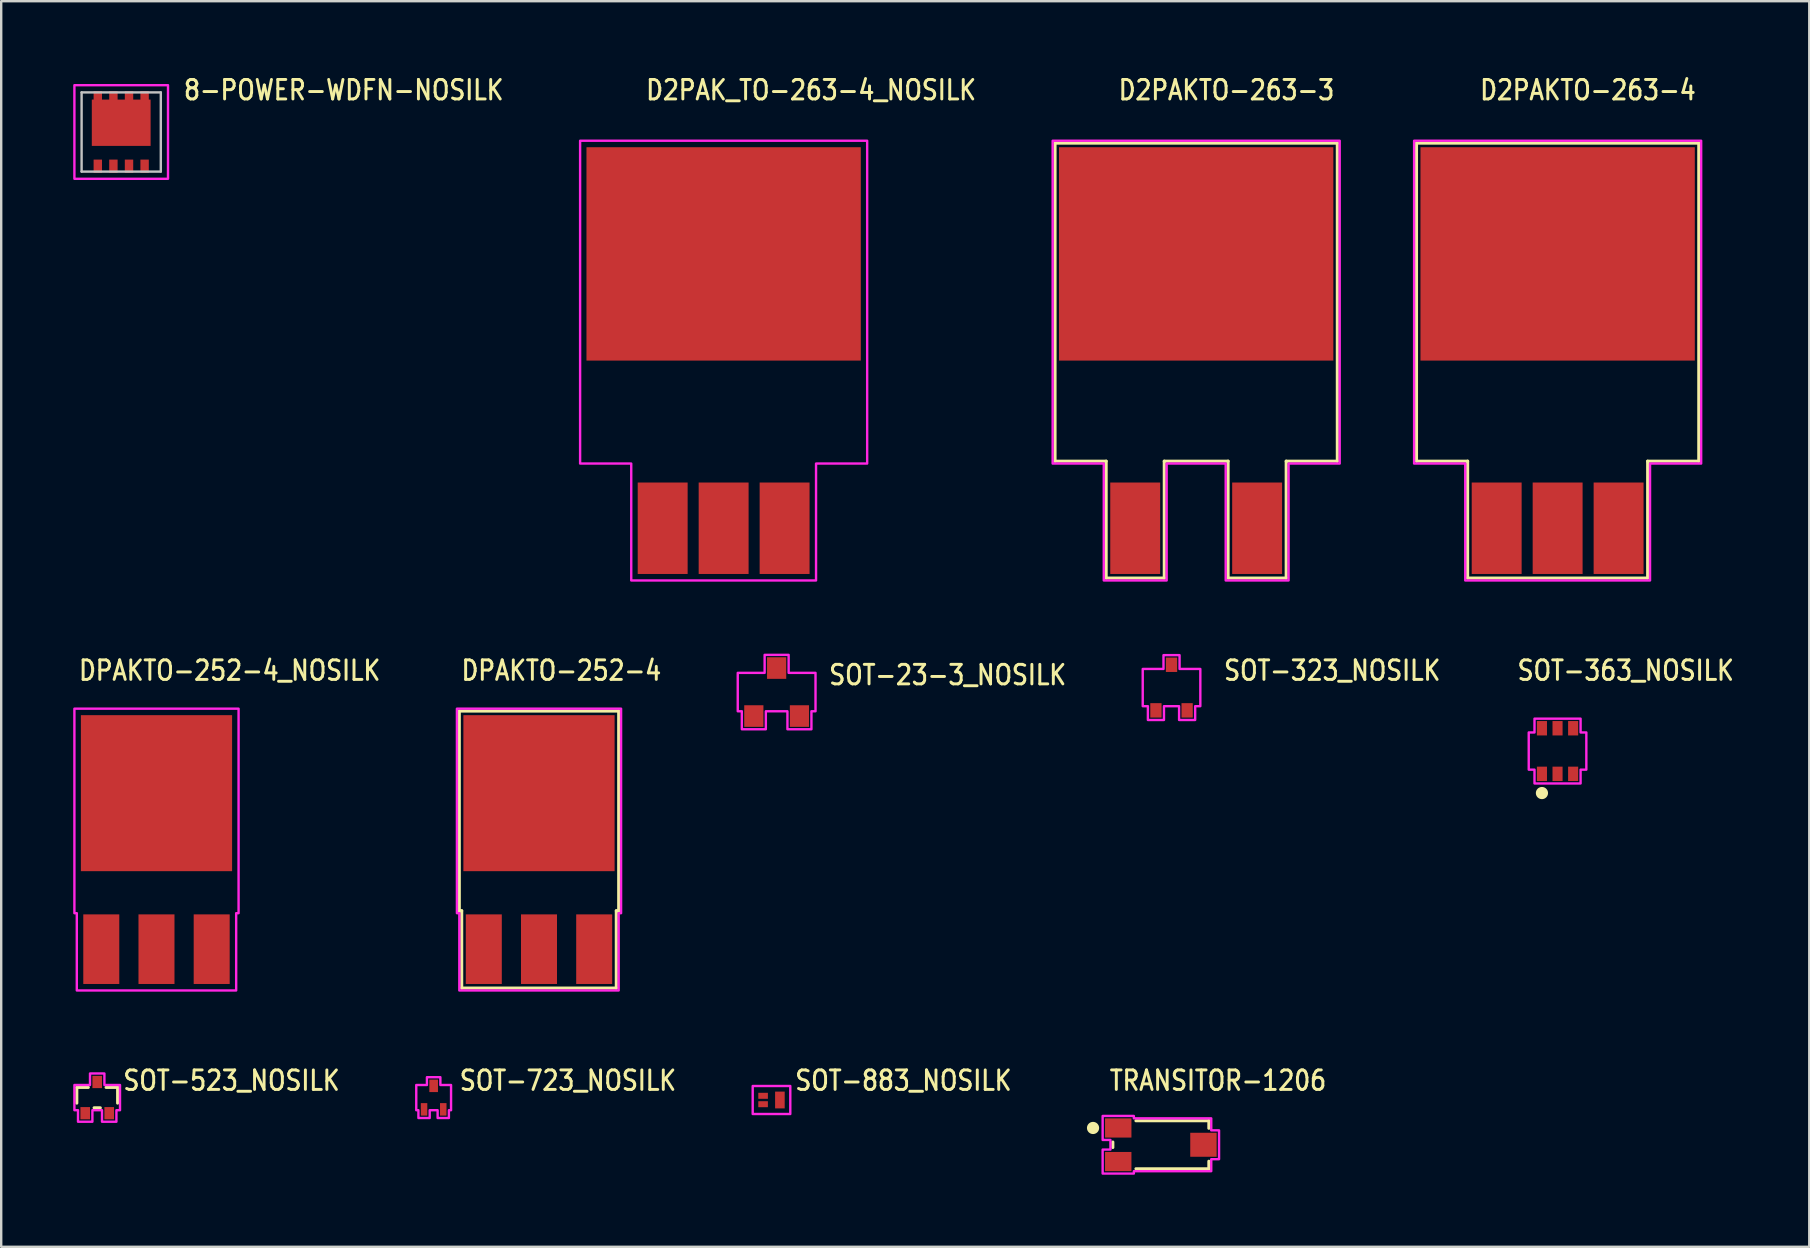
<source format=kicad_pcb>
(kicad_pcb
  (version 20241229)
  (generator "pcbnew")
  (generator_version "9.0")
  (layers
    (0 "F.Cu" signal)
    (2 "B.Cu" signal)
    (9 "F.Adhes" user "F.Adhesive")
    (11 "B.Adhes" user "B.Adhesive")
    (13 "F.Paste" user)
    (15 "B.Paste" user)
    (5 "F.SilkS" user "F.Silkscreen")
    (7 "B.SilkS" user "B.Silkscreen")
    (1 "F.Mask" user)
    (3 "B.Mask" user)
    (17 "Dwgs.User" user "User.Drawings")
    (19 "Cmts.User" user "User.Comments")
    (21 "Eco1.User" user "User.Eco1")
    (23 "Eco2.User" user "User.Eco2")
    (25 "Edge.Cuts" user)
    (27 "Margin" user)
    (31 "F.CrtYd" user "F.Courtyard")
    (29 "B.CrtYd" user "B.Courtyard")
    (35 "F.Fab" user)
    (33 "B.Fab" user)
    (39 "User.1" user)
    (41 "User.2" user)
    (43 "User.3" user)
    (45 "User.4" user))
  (footprint "SOT-723_NOSILK"
    (layer "F.Cu")
    (at 15.018 42.681)
    (property "Reference" "SOT-723_NOSILK" (at 1.015 -0.235 0) (unlocked yes) (layer "F.SilkS") (effects (font (size 0.813 0.695) (thickness 0.122)) (justify left bottom)))
    (fp_poly (pts (xy -0.28 -0.525) (xy -0.28 -0.85) (xy 0.28 -0.85) (xy 0.28 -0.525) (xy 0.725 -0.525) (xy 0.725 0.525) (xy 0.635 0.525) (xy 0.635 0.85) (xy 0.165 0.85) (xy 0.165 0.525) (xy -0.165 0.525) (xy -0.165 0.85) (xy -0.635 0.85) (xy -0.635 0.525) (xy -0.725 0.525) (xy -0.725 -0.525)) (stroke (width 0.1) (type solid)) (fill no) (layer "F.CrtYd"))
    (pad "1" smd rect (at -0.4 0.49) (size 0.27 0.52) (layers "F.Cu" "F.Mask" "F.Paste"))
    (pad "2" smd rect (at 0.4 0.49) (size 0.27 0.52) (layers "F.Cu" "F.Mask" "F.Paste"))
    (pad "3" smd rect (at 0 -0.49) (size 0.36 0.52) (layers "F.Cu" "F.Mask" "F.Paste")))
  (footprint "D2PAKTO-263-4"
    (layer "F.Cu")
    (at 61.848 11.974)
    (property "Reference" "D2PAKTO-263-4" (at -3.302 -10.795 0) (unlocked yes) (layer "F.SilkS") (effects (font (size 0.813 0.695) (thickness 0.122)) (justify left bottom)))
    (fp_line (start -5.88 -9.06) (end 5.88 -9.06) (stroke (width 0.127) (type solid)) (layer "F.SilkS"))
    (fp_line (start -5.88 4.19) (end -5.88 -9.06) (stroke (width 0.127) (type solid)) (layer "F.SilkS"))
    (fp_line (start -3.75 4.19) (end -5.88 4.19) (stroke (width 0.127) (type solid)) (layer "F.SilkS"))
    (fp_line (start -3.75 9.06) (end -3.75 4.19) (stroke (width 0.127) (type solid)) (layer "F.SilkS"))
    (fp_line (start 3.75 4.19) (end 3.75 9.06) (stroke (width 0.127) (type solid)) (layer "F.SilkS"))
    (fp_line (start 3.75 9.06) (end -3.75 9.06) (stroke (width 0.127) (type solid)) (layer "F.SilkS"))
    (fp_line (start 5.88 -9.06) (end 5.88 4.19) (stroke (width 0.127) (type solid)) (layer "F.SilkS"))
    (fp_line (start 5.88 4.19) (end 3.75 4.19) (stroke (width 0.127) (type solid)) (layer "F.SilkS"))
    (fp_poly (pts (xy -5.98 -9.16) (xy 5.98 -9.16) (xy 5.98 4.29) (xy 3.85 4.29) (xy 3.85 9.16) (xy -3.85 9.16) (xy -3.85 4.29) (xy -5.98 4.29)) (stroke (width 0.1) (type solid)) (fill no) (layer "F.CrtYd"))
    (pad "P$1" smd rect (at -2.54 6.985) (size 2.08 3.81) (layers "F.Cu" "F.Mask" "F.Paste"))
    (pad "P$2" smd rect (at 0 6.985) (size 2.08 3.81) (layers "F.Cu" "F.Mask" "F.Paste"))
    (pad "P$3" smd rect (at 2.54 6.985) (size 2.08 3.81) (layers "F.Cu" "F.Mask" "F.Paste"))
    (pad "P$4" smd rect (at 0 -4.445) (size 11.43 8.89) (layers "F.Cu" "F.Mask" "F.Paste")))
  (footprint "8-POWER-WDFN-NOSILK"
    (layer "F.Cu")
    (at 2 2.449)
    (property "Reference" "8-POWER-WDFN-NOSILK" (at 2.54 -1.27 0) (unlocked yes) (layer "F.SilkS") (effects (font (size 0.813 0.695) (thickness 0.122)) (justify left bottom)))
    (fp_rect (start -0.75 0.25) (end 0.75 -0.75) (stroke (width 0.01) (type solid)) (fill yes) (layer "F.Paste"))
    (fp_line (start -1.65 -1.65) (end 1.65 -1.65) (stroke (width 0.1) (type solid)) (layer "Dwgs.User"))
    (fp_line (start -1.65 1.65) (end -1.65 -1.65) (stroke (width 0.1) (type solid)) (layer "Dwgs.User"))
    (fp_line (start 1.65 -1.65) (end 1.65 1.65) (stroke (width 0.1) (type solid)) (layer "Dwgs.User"))
    (fp_line (start 1.65 1.65) (end -1.65 1.65) (stroke (width 0.1) (type solid)) (layer "Dwgs.User"))
    (fp_poly (pts (xy -1.95 -1.95) (xy 1.95 -1.95) (xy 1.95 1.95) (xy -1.95 1.95)) (stroke (width 0.1) (type solid)) (fill no) (layer "F.CrtYd"))
    (pad "1" smd rect (at -0.975 1.425) (size 0.35 0.55) (layers "F.Cu" "F.Mask" "F.Paste"))
    (pad "2" smd rect (at -0.325 1.425) (size 0.35 0.55) (layers "F.Cu" "F.Mask" "F.Paste"))
    (pad "3" smd rect (at 0.325 1.425) (size 0.35 0.55) (layers "F.Cu" "F.Mask" "F.Paste"))
    (pad "4" smd rect (at 0.975 1.425) (size 0.35 0.55) (layers "F.Cu" "F.Mask" "F.Paste"))
    (pad "5" smd rect (at 0.975 -1.425) (size 0.35 0.55) (layers "F.Cu" "F.Mask" "F.Paste"))
    (pad "6" smd rect (at 0.325 -1.425) (size 0.35 0.55) (layers "F.Cu" "F.Mask" "F.Paste"))
    (pad "7" smd rect (at -0.325 -1.425) (size 0.35 0.55) (layers "F.Cu" "F.Mask" "F.Paste"))
    (pad "8" smd rect (at -0.975 -1.425) (size 0.35 0.55) (layers "F.Cu" "F.Mask" "F.Paste"))
    (pad "TAB" smd rect (at 0 -0.385) (size 2.45 1.93) (layers "F.Cu" "F.Mask")))
  (footprint "SOT-363_NOSILK"
    (layer "F.Cu")
    (at 61.844 28.242)
    (property "Reference" "SOT-363_NOSILK" (at -1.74 -2.88 0) (unlocked yes) (layer "F.SilkS") (effects (font (size 0.813 0.695) (thickness 0.122)) (justify left bottom)))
    (fp_circle (center -0.65 1.75) (end -0.396 1.75) (stroke (width 0) (type solid)) (fill yes) (layer "F.SilkS"))
    (fp_poly (pts (xy 0.96 -0.775) (xy 0.96 -1.35) (xy -0.96 -1.35) (xy -0.96 -0.775) (xy -1.2 -0.775) (xy -1.2 0.775) (xy -0.96 0.775) (xy -0.96 1.35) (xy 0.96 1.35) (xy 0.96 0.775) (xy 1.2 0.775) (xy 1.2 -0.775)) (stroke (width 0.1) (type solid)) (fill no) (layer "F.CrtYd"))
    (pad "1" smd rect (at -0.65 0.95) (size 0.42 0.6) (layers "F.Cu" "F.Mask" "F.Paste"))
    (pad "2" smd rect (at 0 0.95) (size 0.42 0.6) (layers "F.Cu" "F.Mask" "F.Paste"))
    (pad "3" smd rect (at 0.65 0.95) (size 0.42 0.6) (layers "F.Cu" "F.Mask" "F.Paste"))
    (pad "4" smd rect (at 0.65 -0.95) (size 0.42 0.6) (layers "F.Cu" "F.Mask" "F.Paste"))
    (pad "5" smd rect (at 0 -0.95) (size 0.42 0.6) (layers "F.Cu" "F.Mask" "F.Paste"))
    (pad "6" smd rect (at -0.65 -0.95) (size 0.42 0.6) (layers "F.Cu" "F.Mask" "F.Paste")))
  (footprint "SOT-523_NOSILK"
    (layer "F.Cu")
    (at 1 42.681)
    (property "Reference" "SOT-523_NOSILK" (at 1.015 -0.235 0) (unlocked yes) (layer "F.SilkS") (effects (font (size 0.813 0.695) (thickness 0.122)) (justify left bottom)))
    (fp_line (start -0.85 -0.425) (end -0.85 0.23) (stroke (width 0.127) (type solid)) (layer "F.SilkS"))
    (fp_line (start -0.37 -0.425) (end -0.85 -0.425) (stroke (width 0.127) (type solid)) (layer "F.SilkS"))
    (fp_line (start -0.13 0.425) (end 0.13 0.425) (stroke (width 0.127) (type solid)) (layer "F.SilkS"))
    (fp_line (start 0.37 -0.425) (end 0.85 -0.425) (stroke (width 0.127) (type solid)) (layer "F.SilkS"))
    (fp_line (start 0.85 -0.425) (end 0.85 0.23) (stroke (width 0.127) (type solid)) (layer "F.SilkS"))
    (fp_poly (pts (xy -0.3 -0.525) (xy -0.3 -1.005) (xy 0.3 -1.005) (xy 0.3 -0.525) (xy 0.95 -0.525) (xy 0.95 0.525) (xy 0.8 0.525) (xy 0.8 1.005) (xy 0.2 1.005) (xy 0.2 0.525) (xy -0.2 0.525) (xy -0.2 1.005) (xy -0.8 1.005) (xy -0.8 0.525) (xy -0.95 0.525) (xy -0.95 -0.525)) (stroke (width 0.1) (type solid)) (fill no) (layer "F.CrtYd"))
    (pad "P$1" smd rect (at -0.5 0.65) (size 0.4 0.51) (layers "F.Cu" "F.Mask" "F.Paste"))
    (pad "P$2" smd rect (at 0.5 0.65) (size 0.4 0.51) (layers "F.Cu" "F.Mask" "F.Paste"))
    (pad "P$3" smd rect (at 0 -0.65) (size 0.4 0.51) (layers "F.Cu" "F.Mask" "F.Paste")))
  (footprint "TRANSITOR-1206"
    (layer "F.Cu")
    (at 45.316 44.646)
    (property "Reference" "TRANSITOR-1206" (at -2.2 -2.2 0) (unlocked yes) (layer "F.SilkS") (effects (font (size 0.813 0.695) (thickness 0.122)) (justify left bottom)))
    (fp_line (start -2 0.114) (end -2 -0.114) (stroke (width 0.127) (type solid)) (layer "F.SilkS"))
    (fp_line (start -1.038 -1) (end 2 -1) (stroke (width 0.127) (type solid)) (layer "F.SilkS"))
    (fp_line (start 2 -1) (end 2 -0.686) (stroke (width 0.127) (type solid)) (layer "F.SilkS"))
    (fp_line (start 2 0.686) (end 2 1) (stroke (width 0.127) (type solid)) (layer "F.SilkS"))
    (fp_line (start 2 1) (end -1.038 1) (stroke (width 0.127) (type solid)) (layer "F.SilkS"))
    (fp_circle (center -2.825 -0.7) (end -2.571 -0.7) (stroke (width 0) (type solid)) (fill yes) (layer "F.SilkS"))
    (fp_poly (pts (xy -2.425 -0.2) (xy -2.425 -1.2) (xy -1.125 -1.2) (xy -1.125 -1.1) (xy 2.1 -1.1) (xy 2.1 -0.6) (xy 2.425 -0.6) (xy 2.425 0.6) (xy 2.1 0.6) (xy 2.1 1.1) (xy -1.125 1.1) (xy -1.125 1.2) (xy -2.425 1.2) (xy -2.425 0.2) (xy -2.1 0.2) (xy -2.1 -0.2)) (stroke (width 0.1) (type solid)) (fill no) (layer "F.CrtYd"))
    (pad "1" smd rect (at -1.775 -0.7) (size 1.1 0.8) (layers "F.Cu" "F.Mask" "F.Paste"))
    (pad "2" smd rect (at -1.775 0.7) (size 1.1 0.8) (layers "F.Cu" "F.Mask" "F.Paste"))
    (pad "3" smd rect (at 1.775 0) (size 1.1 1) (layers "F.Cu" "F.Mask" "F.Paste")))
  (footprint "SOT-883_NOSILK"
    (layer "F.Cu")
    (at 29.094 42.781)
    (property "Reference" "SOT-883_NOSILK" (at 0.915 -0.335 0) (unlocked yes) (layer "F.SilkS") (effects (font (size 0.813 0.695) (thickness 0.122)) (justify left bottom)))
    (fp_poly (pts (xy 0.783 -0.584) (xy 0.783 0.584) (xy -0.783 0.584) (xy -0.783 -0.584)) (stroke (width 0.1) (type solid)) (fill no) (layer "F.CrtYd"))
    (pad "1" smd rect (at -0.35 -0.175) (size 0.4 0.25) (layers "F.Cu" "F.Mask" "F.Paste"))
    (pad "2" smd rect (at -0.35 0.175) (size 0.4 0.25) (layers "F.Cu" "F.Mask" "F.Paste"))
    (pad "3" smd rect (at 0.35 0) (size 0.4 0.7) (layers "F.Cu" "F.Mask" "F.Paste")))
  (footprint "SOT-323_NOSILK"
    (layer "F.Cu")
    (at 45.761 25.597)
    (property "Reference" "SOT-323_NOSILK" (at 2.115 -0.235 0) (unlocked yes) (layer "F.SilkS") (effects (font (size 0.813 0.695) (thickness 0.122)) (justify left bottom)))
    (fp_poly (pts (xy -0.335 -0.775) (xy -0.335 -1.35) (xy 0.335 -1.35) (xy 0.335 -0.775) (xy 1.2 -0.775) (xy 1.2 0.775) (xy 0.985 0.775) (xy 0.985 1.35) (xy 0.315 1.35) (xy 0.315 0.775) (xy -0.315 0.775) (xy -0.315 1.35) (xy -0.985 1.35) (xy -0.985 0.775) (xy -1.2 0.775) (xy -1.2 -0.775)) (stroke (width 0.1) (type solid)) (fill no) (layer "F.CrtYd"))
    (pad "1" smd rect (at -0.65 0.95) (size 0.47 0.6) (layers "F.Cu" "F.Mask" "F.Paste"))
    (pad "2" smd rect (at 0.65 0.95) (size 0.47 0.6) (layers "F.Cu" "F.Mask" "F.Paste"))
    (pad "3" smd rect (at 0 -0.95) (size 0.47 0.6) (layers "F.Cu" "F.Mask" "F.Paste")))
  (footprint "SOT-23-3_NOSILK"
    (layer "F.Cu")
    (at 29.308 25.784)
    (property "Reference" "SOT-23-3_NOSILK" (at 2.115 -0.235 0) (unlocked yes) (layer "F.SilkS") (effects (font (size 0.813 0.695) (thickness 0.122)) (justify left bottom)))
    (fp_poly (pts (xy -0.5 -0.8) (xy -0.5 -1.55) (xy 0.5 -1.55) (xy 0.5 -0.8) (xy 1.62 -0.8) (xy 1.62 0.8) (xy 1.45 0.8) (xy 1.45 1.55) (xy 0.45 1.55) (xy 0.45 0.8) (xy -0.45 0.8) (xy -0.45 1.55) (xy -1.45 1.55) (xy -1.45 0.8) (xy -1.62 0.8) (xy -1.62 -0.8)) (stroke (width 0.1) (type solid)) (fill no) (layer "F.CrtYd"))
    (pad "1" smd rect (at -0.95 1) (size 0.8 0.9) (layers "F.Cu" "F.Mask" "F.Paste"))
    (pad "2" smd rect (at 0.95 1) (size 0.8 0.9) (layers "F.Cu" "F.Mask" "F.Paste"))
    (pad "3" smd rect (at 0 -1) (size 0.8 0.9) (layers "F.Cu" "F.Mask" "F.Paste")))
  (footprint "DPAKTO-252-4"
    (layer "F.Cu")
    (at 19.407 32.347)
    (property "Reference" "DPAKTO-252-4" (at -3.302 -6.985 0) (unlocked yes) (layer "F.SilkS") (effects (font (size 0.813 0.695) (thickness 0.122)) (justify left bottom)))
    (fp_line (start -3.32 -5.77) (end 3.32 -5.77) (stroke (width 0.127) (type solid)) (layer "F.SilkS"))
    (fp_line (start -3.32 2.55) (end -3.32 -5.77) (stroke (width 0.127) (type solid)) (layer "F.SilkS"))
    (fp_line (start -3.22 2.55) (end -3.32 2.55) (stroke (width 0.127) (type solid)) (layer "F.SilkS"))
    (fp_line (start -3.22 5.77) (end -3.22 2.55) (stroke (width 0.127) (type solid)) (layer "F.SilkS"))
    (fp_line (start 3.22 2.55) (end 3.22 5.77) (stroke (width 0.127) (type solid)) (layer "F.SilkS"))
    (fp_line (start 3.22 5.77) (end -3.22 5.77) (stroke (width 0.127) (type solid)) (layer "F.SilkS"))
    (fp_line (start 3.32 -5.77) (end 3.32 2.55) (stroke (width 0.127) (type solid)) (layer "F.SilkS"))
    (fp_line (start 3.32 2.55) (end 3.22 2.55) (stroke (width 0.127) (type solid)) (layer "F.SilkS"))
    (fp_poly (pts (xy -3.42 -5.87) (xy 3.42 -5.87) (xy 3.42 2.65) (xy 3.32 2.65) (xy 3.32 5.87) (xy -3.32 5.87) (xy -3.32 2.65) (xy -3.42 2.65)) (stroke (width 0.1) (type solid)) (fill no) (layer "F.CrtYd"))
    (pad "P$1" smd rect (at -2.3 4.15) (size 1.5 2.9) (layers "F.Cu" "F.Mask" "F.Paste"))
    (pad "P$2" smd rect (at 0 4.15) (size 1.5 2.9) (layers "F.Cu" "F.Mask" "F.Paste"))
    (pad "P$3" smd rect (at 2.3 4.15) (size 1.5 2.9) (layers "F.Cu" "F.Mask" "F.Paste"))
    (pad "P$4" smd rect (at 0 -2.35) (size 6.3 6.5) (layers "F.Cu" "F.Mask" "F.Paste")))
  (footprint "DPAKTO-252-4_NOSILK"
    (layer "F.Cu")
    (at 3.47 32.347)
    (property "Reference" "DPAKTO-252-4_NOSILK" (at -3.302 -6.985 0) (unlocked yes) (layer "F.SilkS") (effects (font (size 0.813 0.695) (thickness 0.122)) (justify left bottom)))
    (fp_poly (pts (xy -3.42 -5.87) (xy 3.42 -5.87) (xy 3.42 2.65) (xy 3.32 2.65) (xy 3.32 5.87) (xy -3.32 5.87) (xy -3.32 2.65) (xy -3.42 2.65)) (stroke (width 0.1) (type solid)) (fill no) (layer "F.CrtYd"))
    (pad "P$1" smd rect (at -2.3 4.15) (size 1.5 2.9) (layers "F.Cu" "F.Mask" "F.Paste"))
    (pad "P$2" smd rect (at 0 4.15) (size 1.5 2.9) (layers "F.Cu" "F.Mask" "F.Paste"))
    (pad "P$3" smd rect (at 2.3 4.15) (size 1.5 2.9) (layers "F.Cu" "F.Mask" "F.Paste"))
    (pad "P$4" smd rect (at 0 -2.35) (size 6.3 6.5) (layers "F.Cu" "F.Mask" "F.Paste")))
  (footprint "D2PAK_TO-263-4_NOSILK"
    (layer "F.Cu")
    (at 27.1 11.974)
    (property "Reference" "D2PAK_TO-263-4_NOSILK" (at -3.302 -10.795 0) (unlocked yes) (layer "F.SilkS") (effects (font (size 0.813 0.695) (thickness 0.122)) (justify left bottom)))
    (fp_poly (pts (xy -5.98 -9.16) (xy 5.98 -9.16) (xy 5.98 4.29) (xy 3.85 4.29) (xy 3.85 9.16) (xy -3.85 9.16) (xy -3.85 4.29) (xy -5.98 4.29)) (stroke (width 0.1) (type solid)) (fill no) (layer "F.CrtYd"))
    (pad "1" smd rect (at -2.54 6.985) (size 2.08 3.81) (layers "F.Cu" "F.Mask" "F.Paste"))
    (pad "2" smd rect (at 0 6.985) (size 2.08 3.81) (layers "F.Cu" "F.Mask" "F.Paste"))
    (pad "3" smd rect (at 2.54 6.985) (size 2.08 3.81) (layers "F.Cu" "F.Mask" "F.Paste"))
    (pad "4" smd rect (at 0 -4.445) (size 11.43 8.89) (layers "F.Cu" "F.Mask" "F.Paste")))
  (footprint "D2PAKTO-263-3"
    (layer "F.Cu")
    (at 46.788 11.974)
    (property "Reference" "D2PAKTO-263-3" (at -3.302 -10.795 0) (unlocked yes) (layer "F.SilkS") (effects (font (size 0.813 0.695) (thickness 0.122)) (justify left bottom)))
    (fp_line (start -5.88 -9.06) (end 5.88 -9.06) (stroke (width 0.127) (type solid)) (layer "F.SilkS"))
    (fp_line (start -5.88 4.19) (end -5.88 -9.06) (stroke (width 0.127) (type solid)) (layer "F.SilkS"))
    (fp_line (start -3.75 4.19) (end -5.88 4.19) (stroke (width 0.127) (type solid)) (layer "F.SilkS"))
    (fp_line (start -3.75 9.06) (end -3.75 4.19) (stroke (width 0.127) (type solid)) (layer "F.SilkS"))
    (fp_line (start -1.33 4.19) (end -1.33 9.06) (stroke (width 0.127) (type solid)) (layer "F.SilkS"))
    (fp_line (start -1.33 9.06) (end -3.75 9.06) (stroke (width 0.127) (type solid)) (layer "F.SilkS"))
    (fp_line (start 1.33 4.19) (end -1.33 4.19) (stroke (width 0.127) (type solid)) (layer "F.SilkS"))
    (fp_line (start 1.33 9.06) (end 1.33 4.19) (stroke (width 0.127) (type solid)) (layer "F.SilkS"))
    (fp_line (start 3.75 4.19) (end 3.75 9.06) (stroke (width 0.127) (type solid)) (layer "F.SilkS"))
    (fp_line (start 3.75 9.06) (end 1.33 9.06) (stroke (width 0.127) (type solid)) (layer "F.SilkS"))
    (fp_line (start 5.88 -9.06) (end 5.88 4.19) (stroke (width 0.127) (type solid)) (layer "F.SilkS"))
    (fp_line (start 5.88 4.19) (end 3.75 4.19) (stroke (width 0.127) (type solid)) (layer "F.SilkS"))
    (fp_poly (pts (xy -5.98 -9.16) (xy 5.98 -9.16) (xy 5.98 4.29) (xy 3.85 4.29) (xy 3.85 9.16) (xy 1.23 9.16) (xy 1.23 4.29) (xy -1.23 4.29) (xy -1.23 9.16) (xy -3.85 9.16) (xy -3.85 4.29) (xy -5.98 4.29)) (stroke (width 0.1) (type solid)) (fill no) (layer "F.CrtYd"))
    (pad "P$1" smd rect (at -2.54 6.985) (size 2.08 3.81) (layers "F.Cu" "F.Mask" "F.Paste"))
    (pad "P$3" smd rect (at 2.54 6.985) (size 2.08 3.81) (layers "F.Cu" "F.Mask" "F.Paste"))
    (pad "P$4" smd rect (at 0 -4.445) (size 11.43 8.89) (layers "F.Cu" "F.Mask" "F.Paste")))
  (gr_rect
    (start -3 -3)
    (end 72.332 48.896)
    (stroke (width 0.1) (type default))
    (fill no)
    (layer "Edge.Cuts")))
</source>
